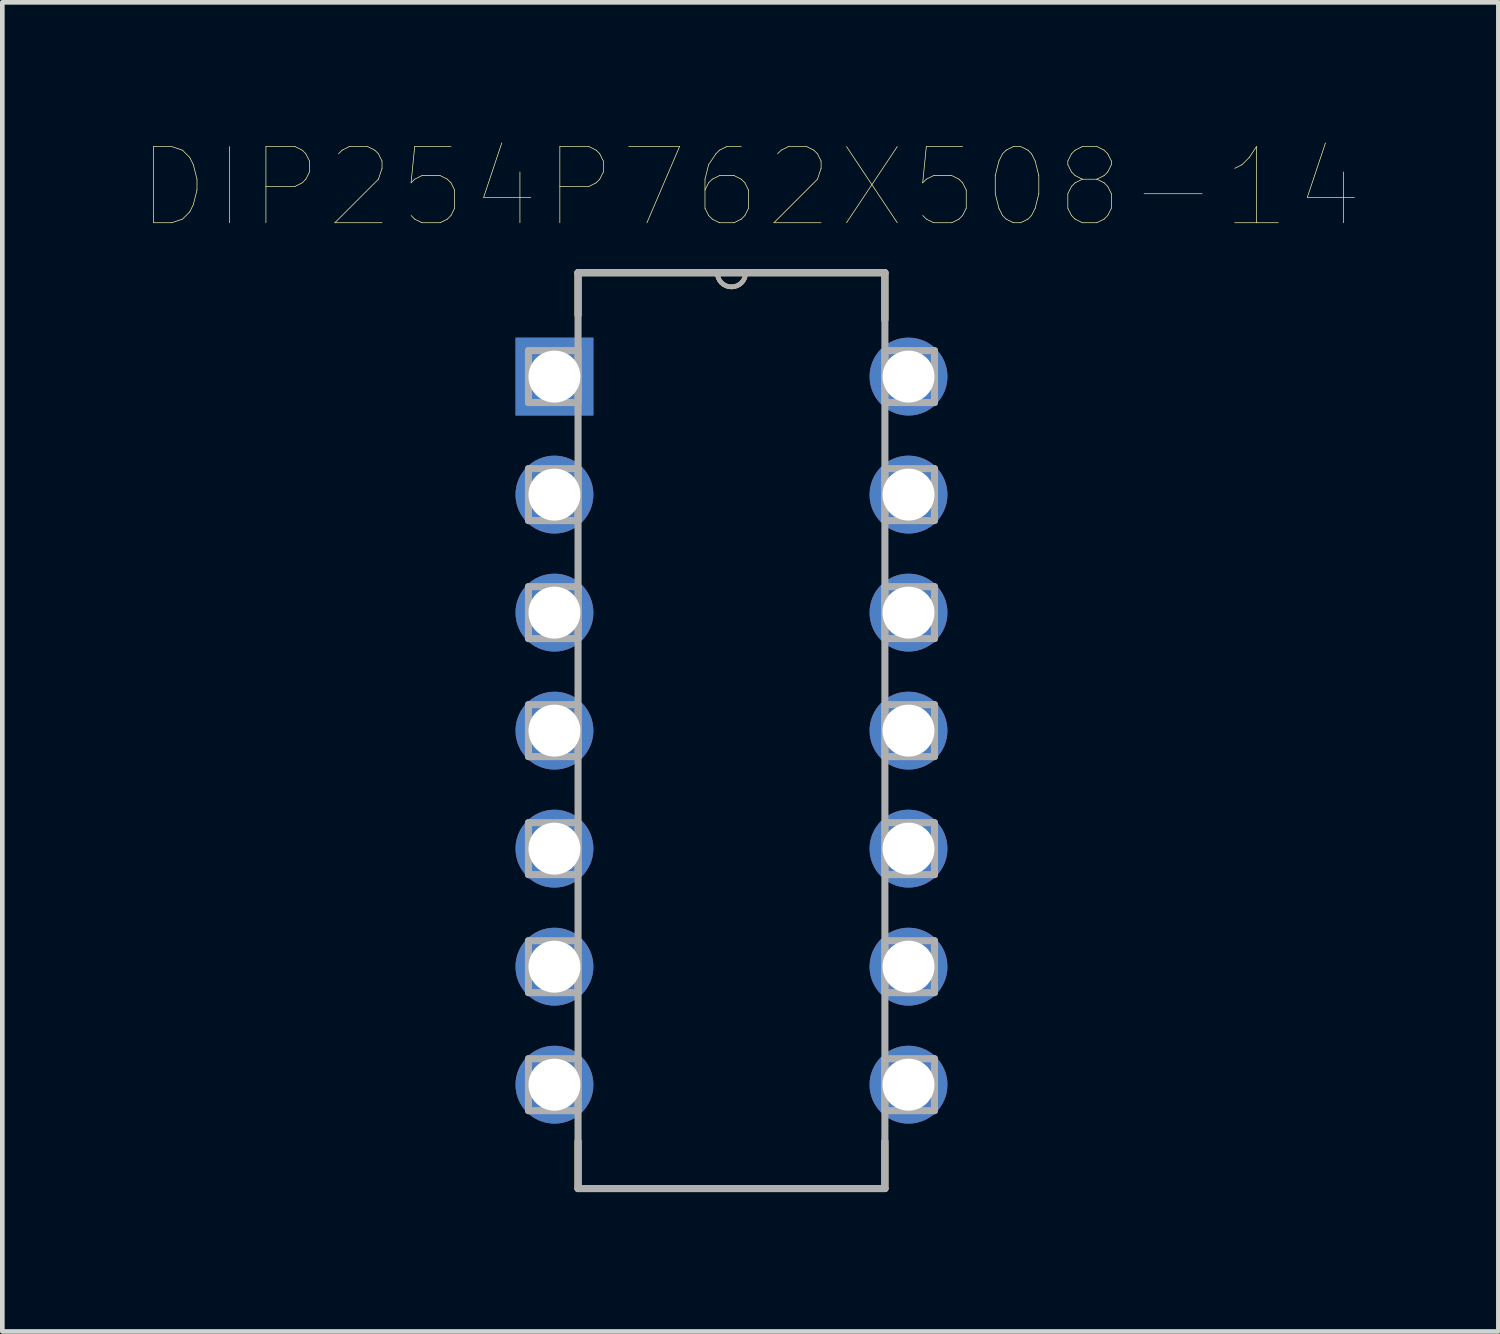
<source format=kicad_pcb>
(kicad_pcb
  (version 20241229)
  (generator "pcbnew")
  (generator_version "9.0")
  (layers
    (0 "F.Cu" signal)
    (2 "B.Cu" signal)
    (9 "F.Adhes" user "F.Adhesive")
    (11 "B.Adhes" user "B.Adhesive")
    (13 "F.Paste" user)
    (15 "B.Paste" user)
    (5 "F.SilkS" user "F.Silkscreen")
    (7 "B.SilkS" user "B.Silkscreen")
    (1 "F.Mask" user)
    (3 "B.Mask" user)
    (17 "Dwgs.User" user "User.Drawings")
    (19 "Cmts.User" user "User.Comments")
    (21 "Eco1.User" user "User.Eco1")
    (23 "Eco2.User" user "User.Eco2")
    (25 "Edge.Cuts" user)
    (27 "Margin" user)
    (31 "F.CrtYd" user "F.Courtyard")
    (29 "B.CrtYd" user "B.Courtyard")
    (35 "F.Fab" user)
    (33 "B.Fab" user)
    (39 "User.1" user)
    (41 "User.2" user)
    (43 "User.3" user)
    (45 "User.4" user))
  (footprint "DIP254P762X508-14"
    (layer "F.Cu")
    (at 16.503 20.295)
    (property "Reference" "DIP254P762X508-14" (at -3.404 -19.309 0) (layer "F.SilkS") (effects (font (size 1.64 1.64) (thickness 0.015))))
    (attr through_hole)
    (fp_line (start -7.112 -17.475) (end -7.112 -16.561) (stroke (width 0.152) (type solid)) (layer "F.SilkS"))
    (fp_line (start -7.112 1.219) (end -7.112 2.235) (stroke (width 0.152) (type solid)) (layer "F.SilkS"))
    (fp_line (start -7.112 2.235) (end -0.508 2.235) (stroke (width 0.152) (type solid)) (layer "F.SilkS"))
    (fp_line (start -4.115 -17.475) (end -7.112 -17.475) (stroke (width 0.152) (type solid)) (layer "F.SilkS"))
    (fp_line (start -3.505 -17.475) (end -4.115 -17.475) (stroke (width 0.152) (type solid)) (layer "F.SilkS"))
    (fp_line (start -0.508 -17.475) (end -3.505 -17.475) (stroke (width 0.152) (type solid)) (layer "F.SilkS"))
    (fp_line (start -0.508 -16.459) (end -0.508 -17.475) (stroke (width 0.152) (type solid)) (layer "F.SilkS"))
    (fp_line (start -0.508 2.235) (end -0.508 1.219) (stroke (width 0.152) (type solid)) (layer "F.SilkS"))
    (fp_arc (start -3.5052 -17.4752) (mid -3.81 -17.1704) (end -4.1148 -17.4752) (stroke (width 0.1) (type solid)) (layer "F.SilkS"))
    (fp_line (start -8.179 -15.799) (end -8.179 -14.681) (stroke (width 0.152) (type solid)) (layer "F.Fab"))
    (fp_line (start -8.179 -14.681) (end -7.112 -14.681) (stroke (width 0.152) (type solid)) (layer "F.Fab"))
    (fp_line (start -8.179 -13.259) (end -8.179 -12.141) (stroke (width 0.152) (type solid)) (layer "F.Fab"))
    (fp_line (start -8.179 -12.141) (end -7.112 -12.141) (stroke (width 0.152) (type solid)) (layer "F.Fab"))
    (fp_line (start -8.179 -10.719) (end -8.179 -9.601) (stroke (width 0.152) (type solid)) (layer "F.Fab"))
    (fp_line (start -8.179 -9.601) (end -7.112 -9.601) (stroke (width 0.152) (type solid)) (layer "F.Fab"))
    (fp_line (start -8.179 -8.179) (end -8.179 -7.061) (stroke (width 0.152) (type solid)) (layer "F.Fab"))
    (fp_line (start -8.179 -7.061) (end -7.112 -7.061) (stroke (width 0.152) (type solid)) (layer "F.Fab"))
    (fp_line (start -8.179 -5.639) (end -8.179 -4.521) (stroke (width 0.152) (type solid)) (layer "F.Fab"))
    (fp_line (start -8.179 -4.521) (end -7.112 -4.521) (stroke (width 0.152) (type solid)) (layer "F.Fab"))
    (fp_line (start -8.179 -3.099) (end -8.179 -1.981) (stroke (width 0.152) (type solid)) (layer "F.Fab"))
    (fp_line (start -8.179 -1.981) (end -7.112 -1.981) (stroke (width 0.152) (type solid)) (layer "F.Fab"))
    (fp_line (start -8.179 -0.559) (end -8.179 0.559) (stroke (width 0.152) (type solid)) (layer "F.Fab"))
    (fp_line (start -8.179 0.559) (end -7.112 0.559) (stroke (width 0.152) (type solid)) (layer "F.Fab"))
    (fp_line (start -7.112 -17.475) (end -7.112 2.235) (stroke (width 0.152) (type solid)) (layer "F.Fab"))
    (fp_line (start -7.112 -15.799) (end -8.179 -15.799) (stroke (width 0.152) (type solid)) (layer "F.Fab"))
    (fp_line (start -7.112 -14.681) (end -7.112 -15.799) (stroke (width 0.152) (type solid)) (layer "F.Fab"))
    (fp_line (start -7.112 -13.259) (end -8.179 -13.259) (stroke (width 0.152) (type solid)) (layer "F.Fab"))
    (fp_line (start -7.112 -12.141) (end -7.112 -13.259) (stroke (width 0.152) (type solid)) (layer "F.Fab"))
    (fp_line (start -7.112 -10.719) (end -8.179 -10.719) (stroke (width 0.152) (type solid)) (layer "F.Fab"))
    (fp_line (start -7.112 -9.601) (end -7.112 -10.719) (stroke (width 0.152) (type solid)) (layer "F.Fab"))
    (fp_line (start -7.112 -8.179) (end -8.179 -8.179) (stroke (width 0.152) (type solid)) (layer "F.Fab"))
    (fp_line (start -7.112 -7.061) (end -7.112 -8.179) (stroke (width 0.152) (type solid)) (layer "F.Fab"))
    (fp_line (start -7.112 -5.639) (end -8.179 -5.639) (stroke (width 0.152) (type solid)) (layer "F.Fab"))
    (fp_line (start -7.112 -4.521) (end -7.112 -5.639) (stroke (width 0.152) (type solid)) (layer "F.Fab"))
    (fp_line (start -7.112 -3.099) (end -8.179 -3.099) (stroke (width 0.152) (type solid)) (layer "F.Fab"))
    (fp_line (start -7.112 -1.981) (end -7.112 -3.099) (stroke (width 0.152) (type solid)) (layer "F.Fab"))
    (fp_line (start -7.112 -0.559) (end -8.179 -0.559) (stroke (width 0.152) (type solid)) (layer "F.Fab"))
    (fp_line (start -7.112 0.559) (end -7.112 -0.559) (stroke (width 0.152) (type solid)) (layer "F.Fab"))
    (fp_line (start -7.112 2.235) (end -0.508 2.235) (stroke (width 0.152) (type solid)) (layer "F.Fab"))
    (fp_line (start -4.115 -17.475) (end -7.112 -17.475) (stroke (width 0.152) (type solid)) (layer "F.Fab"))
    (fp_line (start -3.505 -17.475) (end -4.115 -17.475) (stroke (width 0.152) (type solid)) (layer "F.Fab"))
    (fp_line (start -0.508 -17.475) (end -3.505 -17.475) (stroke (width 0.152) (type solid)) (layer "F.Fab"))
    (fp_line (start -0.508 -15.799) (end -0.508 -14.681) (stroke (width 0.152) (type solid)) (layer "F.Fab"))
    (fp_line (start -0.508 -14.681) (end 0.559 -14.681) (stroke (width 0.152) (type solid)) (layer "F.Fab"))
    (fp_line (start -0.508 -13.259) (end -0.508 -12.141) (stroke (width 0.152) (type solid)) (layer "F.Fab"))
    (fp_line (start -0.508 -12.141) (end 0.559 -12.141) (stroke (width 0.152) (type solid)) (layer "F.Fab"))
    (fp_line (start -0.508 -10.719) (end -0.508 -9.601) (stroke (width 0.152) (type solid)) (layer "F.Fab"))
    (fp_line (start -0.508 -9.601) (end 0.559 -9.601) (stroke (width 0.152) (type solid)) (layer "F.Fab"))
    (fp_line (start -0.508 -8.179) (end -0.508 -7.061) (stroke (width 0.152) (type solid)) (layer "F.Fab"))
    (fp_line (start -0.508 -7.061) (end 0.559 -7.061) (stroke (width 0.152) (type solid)) (layer "F.Fab"))
    (fp_line (start -0.508 -5.639) (end -0.508 -4.521) (stroke (width 0.152) (type solid)) (layer "F.Fab"))
    (fp_line (start -0.508 -4.521) (end 0.559 -4.521) (stroke (width 0.152) (type solid)) (layer "F.Fab"))
    (fp_line (start -0.508 -3.099) (end -0.508 -1.981) (stroke (width 0.152) (type solid)) (layer "F.Fab"))
    (fp_line (start -0.508 -1.981) (end 0.559 -1.981) (stroke (width 0.152) (type solid)) (layer "F.Fab"))
    (fp_line (start -0.508 -0.559) (end -0.508 0.559) (stroke (width 0.152) (type solid)) (layer "F.Fab"))
    (fp_line (start -0.508 0.559) (end 0.559 0.559) (stroke (width 0.152) (type solid)) (layer "F.Fab"))
    (fp_line (start -0.508 2.235) (end -0.508 -17.475) (stroke (width 0.152) (type solid)) (layer "F.Fab"))
    (fp_line (start 0.559 -15.799) (end -0.508 -15.799) (stroke (width 0.152) (type solid)) (layer "F.Fab"))
    (fp_line (start 0.559 -14.681) (end 0.559 -15.799) (stroke (width 0.152) (type solid)) (layer "F.Fab"))
    (fp_line (start 0.559 -13.259) (end -0.508 -13.259) (stroke (width 0.152) (type solid)) (layer "F.Fab"))
    (fp_line (start 0.559 -12.141) (end 0.559 -13.259) (stroke (width 0.152) (type solid)) (layer "F.Fab"))
    (fp_line (start 0.559 -10.719) (end -0.508 -10.719) (stroke (width 0.152) (type solid)) (layer "F.Fab"))
    (fp_line (start 0.559 -9.601) (end 0.559 -10.719) (stroke (width 0.152) (type solid)) (layer "F.Fab"))
    (fp_line (start 0.559 -8.179) (end -0.508 -8.179) (stroke (width 0.152) (type solid)) (layer "F.Fab"))
    (fp_line (start 0.559 -7.061) (end 0.559 -8.179) (stroke (width 0.152) (type solid)) (layer "F.Fab"))
    (fp_line (start 0.559 -5.639) (end -0.508 -5.639) (stroke (width 0.152) (type solid)) (layer "F.Fab"))
    (fp_line (start 0.559 -4.521) (end 0.559 -5.639) (stroke (width 0.152) (type solid)) (layer "F.Fab"))
    (fp_line (start 0.559 -3.099) (end -0.508 -3.099) (stroke (width 0.152) (type solid)) (layer "F.Fab"))
    (fp_line (start 0.559 -1.981) (end 0.559 -3.099) (stroke (width 0.152) (type solid)) (layer "F.Fab"))
    (fp_line (start 0.559 -0.559) (end -0.508 -0.559) (stroke (width 0.152) (type solid)) (layer "F.Fab"))
    (fp_line (start 0.559 0.559) (end 0.559 -0.559) (stroke (width 0.152) (type solid)) (layer "F.Fab"))
    (fp_arc (start -3.5052 -17.4752) (mid -3.81 -17.1704) (end -4.1148 -17.4752) (stroke (width 0.1) (type solid)) (layer "F.Fab"))
    (pad "1" thru_hole rect (at -7.62 -15.24) (size 1.676 1.676) (drill 1.118) (layers "*.Cu" "*.Mask"))
    (pad "2" thru_hole circle (at -7.62 -12.7) (size 1.676 1.676) (drill 1.118) (layers "*.Cu" "*.Mask"))
    (pad "3" thru_hole circle (at -7.62 -10.16) (size 1.676 1.676) (drill 1.118) (layers "*.Cu" "*.Mask"))
    (pad "4" thru_hole circle (at -7.62 -7.62) (size 1.676 1.676) (drill 1.118) (layers "*.Cu" "*.Mask"))
    (pad "5" thru_hole circle (at -7.62 -5.08) (size 1.676 1.676) (drill 1.118) (layers "*.Cu" "*.Mask"))
    (pad "6" thru_hole circle (at -7.62 -2.54) (size 1.676 1.676) (drill 1.118) (layers "*.Cu" "*.Mask"))
    (pad "7" thru_hole circle (at -7.62 0) (size 1.676 1.676) (drill 1.118) (layers "*.Cu" "*.Mask"))
    (pad "8" thru_hole circle (at 0 0) (size 1.676 1.676) (drill 1.118) (layers "*.Cu" "*.Mask"))
    (pad "9" thru_hole circle (at 0 -2.54) (size 1.676 1.676) (drill 1.118) (layers "*.Cu" "*.Mask"))
    (pad "10" thru_hole circle (at 0 -5.08) (size 1.676 1.676) (drill 1.118) (layers "*.Cu" "*.Mask"))
    (pad "11" thru_hole circle (at 0 -7.62) (size 1.676 1.676) (drill 1.118) (layers "*.Cu" "*.Mask"))
    (pad "12" thru_hole circle (at 0 -10.16) (size 1.676 1.676) (drill 1.118) (layers "*.Cu" "*.Mask"))
    (pad "13" thru_hole circle (at 0 -12.7) (size 1.676 1.676) (drill 1.118) (layers "*.Cu" "*.Mask"))
    (pad "14" thru_hole circle (at 0 -15.24) (size 1.676 1.676) (drill 1.118) (layers "*.Cu" "*.Mask")))
  (gr_rect
    (start -3 -3)
    (end 29.198 25.606)
    (stroke (width 0.1) (type default))
    (fill no)
    (layer "Edge.Cuts")))
</source>
